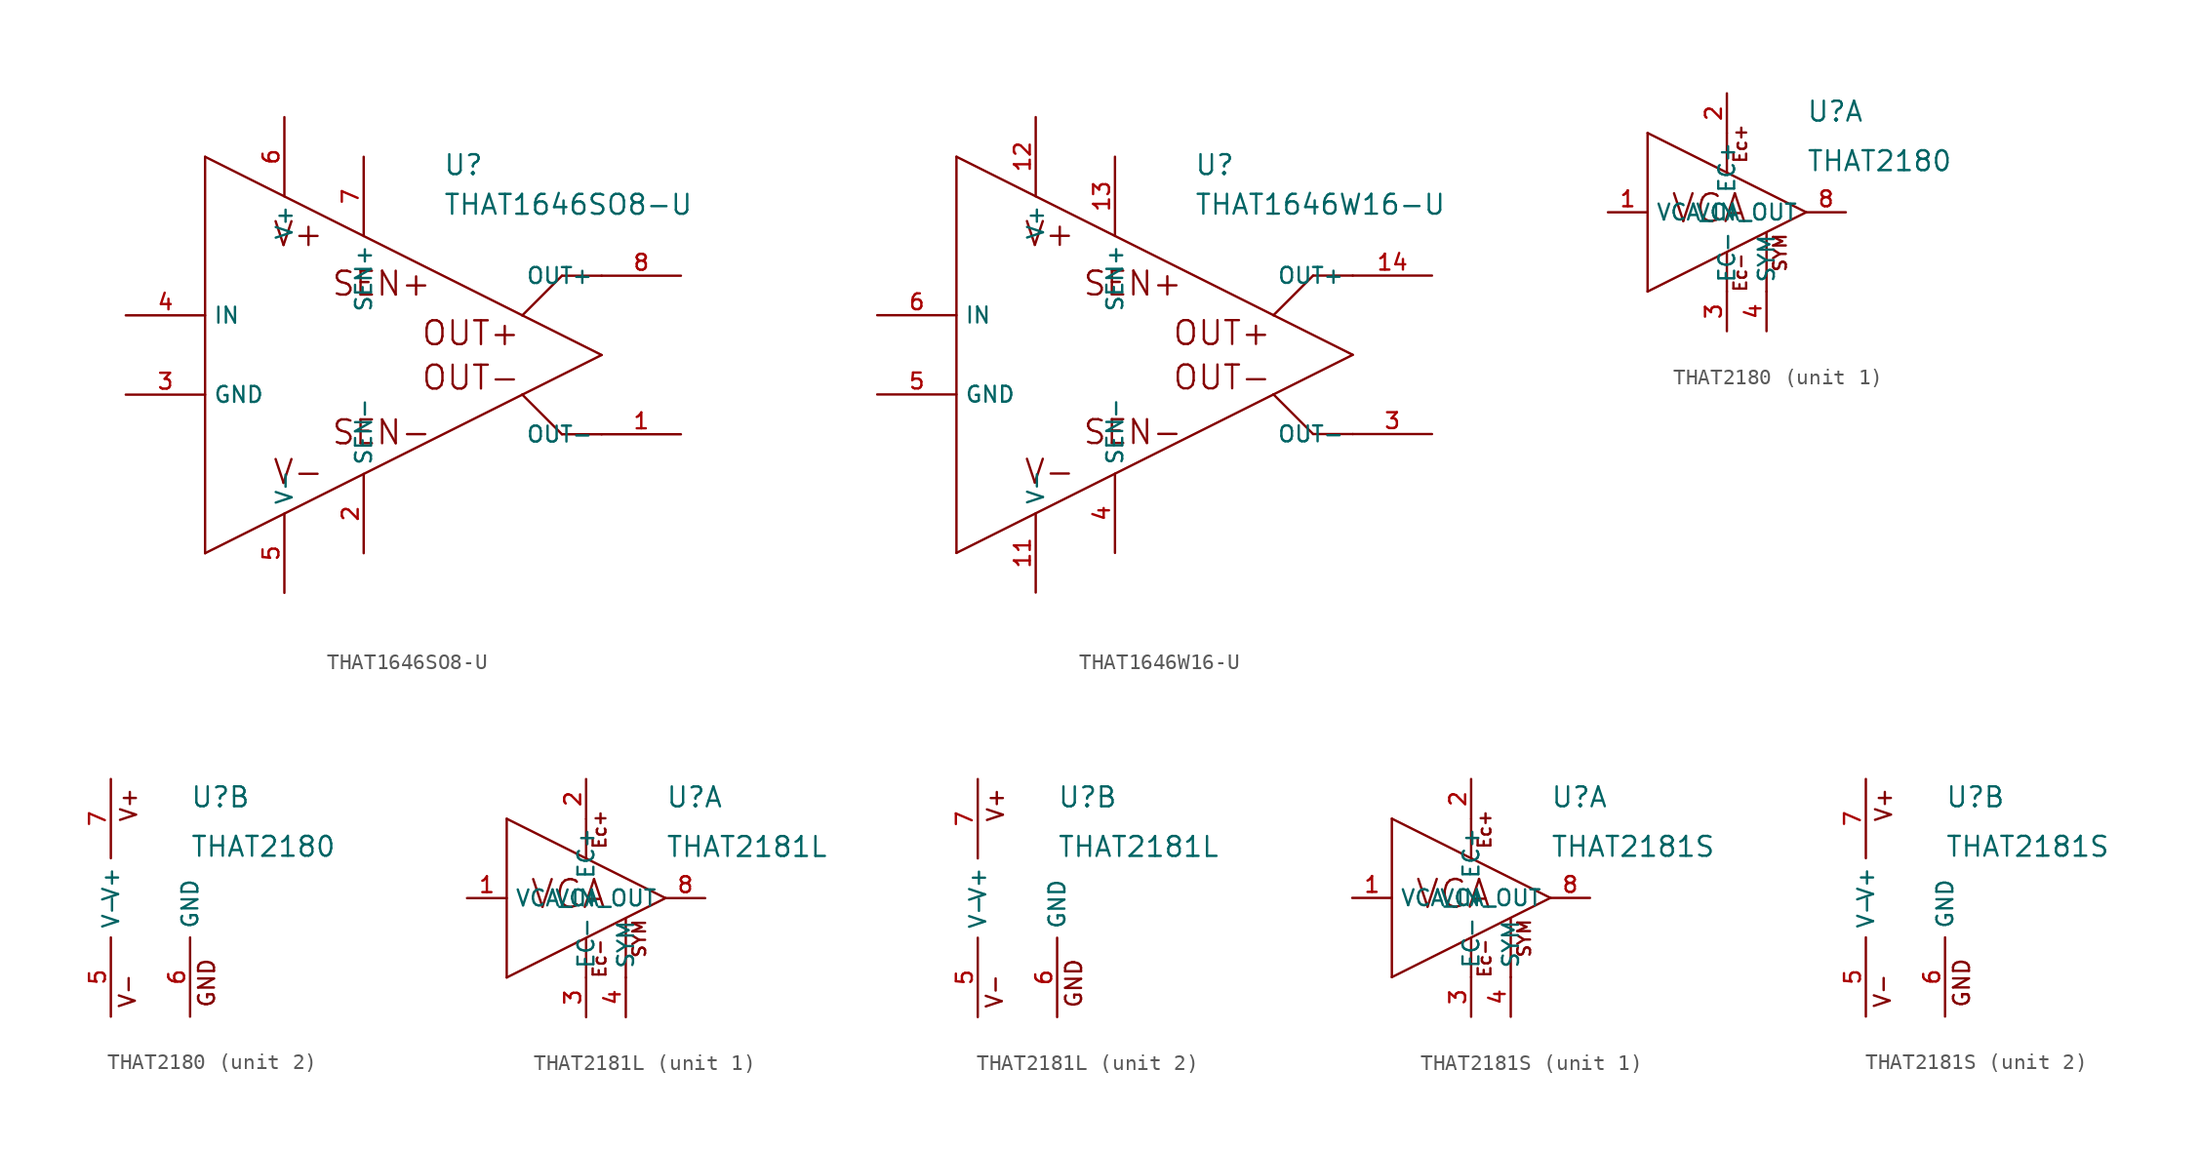
<source format=kicad_sym>
(kicad_symbol_lib
  (version 20200126)
  (host kicad_symbol_editor "5.99.0-unknown-1463dd1~101~ubuntu18.04.1")
  (symbol "that-corp-edit:THAT1646SO8-U"
    (property "Reference" "U"
      (at 5.08 11.43 0)
      (effects (font (size 1.27 1.27)) (justify left bottom)))
    (property "Value" "THAT1646SO8-U"
      (at 5.08 8.89 0)
      (effects (font (size 1.27 1.27)) (justify left bottom)))
    (property "ki_locked" ""
      (at 0 0 0)
      (effects (font (size 1.27 1.27))))
    (symbol "THAT1646SO8-U_1_0"
      (text "V+" (at -4.191 7.747 0) (effects (font (size 1.524 1.524))))
      (text "V-" (at -4.191 -7.493 0) (effects (font (size 1.524 1.524))))
      (text "SEN-" (at 1.143 -4.953 0) (effects (font (size 1.524 1.524))))
      (text "SEN+" (at 1.143 4.572 0) (effects (font (size 1.524 1.524))))
      (text "OUT+" (at 6.858 1.397 0) (effects (font (size 1.524 1.524))))
      (text "OUT-" (at 6.858 -1.448 0) (effects (font (size 1.524 1.524))))
      (polyline (pts (xy -10.16 12.7) (xy -10.16 -12.7)) (stroke (width 0)) (fill (type none)))
      (polyline (pts (xy -10.16 -12.7) (xy 10.16 -2.54)) (stroke (width 0)) (fill (type none)))
      (polyline (pts (xy 10.16 -2.54) (xy 15.24 0)) (stroke (width 0)) (fill (type none)))
      (polyline (pts (xy 15.24 0) (xy 10.16 2.54)) (stroke (width 0)) (fill (type none)))
      (polyline (pts (xy 10.16 2.54) (xy -10.16 12.7)) (stroke (width 0)) (fill (type none)))
      (polyline (pts (xy 15.24 5.08) (xy 12.7 5.08)) (stroke (width 0)) (fill (type none)))
      (polyline (pts (xy 12.7 5.08) (xy 10.16 2.54)) (stroke (width 0)) (fill (type none)))
      (polyline (pts (xy 15.24 -5.08) (xy 12.7 -5.08)) (stroke (width 0)) (fill (type none)))
      (polyline (pts (xy 12.7 -5.08) (xy 10.16 -2.54)) (stroke (width 0)) (fill (type none))))
    (symbol "THAT1646SO8-U_1_1"
      (pin input line (at -15.24 -2.54 0) (length 5.08) (name "GND" (effects (font (size 1.016 1.016)))) (number "3" (effects (font (size 1.016 1.016)))))
      (pin input line (at -15.24 2.54 0) (length 5.08) (name "IN" (effects (font (size 1.016 1.016)))) (number "4" (effects (font (size 1.016 1.016)))))
      (pin output line (at 20.32 5.08 180) (length 5.08) (name "OUT+" (effects (font (size 1.016 1.016)))) (number "8" (effects (font (size 1.016 1.016)))))
      (pin output line (at 20.32 -5.08 180) (length 5.08) (name "OUT-" (effects (font (size 1.016 1.016)))) (number "1" (effects (font (size 1.016 1.016)))))
      (pin output line (at 0 12.7 270) (length 5.08) (name "SEN+" (effects (font (size 1.016 1.016)))) (number "7" (effects (font (size 1.016 1.016)))))
      (pin passive line (at 0 -12.7 90) (length 5.08) (name "SEN-" (effects (font (size 1.016 1.016)))) (number "2" (effects (font (size 1.016 1.016)))))
      (pin power_in line (at -5.08 15.24 270) (length 5.08) (name "V+" (effects (font (size 1.016 1.016)))) (number "6" (effects (font (size 1.016 1.016)))))
      (pin power_in line (at -5.08 -15.24 90) (length 5.08) (name "V-" (effects (font (size 1.016 1.016)))) (number "5" (effects (font (size 1.016 1.016)))))))
  (symbol "that-corp-edit:THAT1646W16-U"
    (property "Reference" "U"
      (at 5.08 11.43 0)
      (effects (font (size 1.27 1.27)) (justify left bottom)))
    (property "Value" "THAT1646W16-U"
      (at 5.08 8.89 0)
      (effects (font (size 1.27 1.27)) (justify left bottom)))
    (property "ki_locked" ""
      (at 0 0 0)
      (effects (font (size 1.27 1.27))))
    (symbol "THAT1646W16-U_1_0"
      (text "V+" (at -4.191 7.747 0) (effects (font (size 1.524 1.524))))
      (text "V-" (at -4.191 -7.493 0) (effects (font (size 1.524 1.524))))
      (text "SEN-" (at 1.143 -4.953 0) (effects (font (size 1.524 1.524))))
      (text "SEN+" (at 1.143 4.572 0) (effects (font (size 1.524 1.524))))
      (text "OUT+" (at 6.858 1.397 0) (effects (font (size 1.524 1.524))))
      (text "OUT-" (at 6.858 -1.448 0) (effects (font (size 1.524 1.524))))
      (polyline (pts (xy -10.16 12.7) (xy -10.16 -12.7)) (stroke (width 0)) (fill (type none)))
      (polyline (pts (xy -10.16 -12.7) (xy 10.16 -2.54)) (stroke (width 0)) (fill (type none)))
      (polyline (pts (xy 10.16 -2.54) (xy 15.24 0)) (stroke (width 0)) (fill (type none)))
      (polyline (pts (xy 15.24 0) (xy 10.16 2.54)) (stroke (width 0)) (fill (type none)))
      (polyline (pts (xy 10.16 2.54) (xy -10.16 12.7)) (stroke (width 0)) (fill (type none)))
      (polyline (pts (xy 15.24 5.08) (xy 12.7 5.08)) (stroke (width 0)) (fill (type none)))
      (polyline (pts (xy 12.7 5.08) (xy 10.16 2.54)) (stroke (width 0)) (fill (type none)))
      (polyline (pts (xy 15.24 -5.08) (xy 12.7 -5.08)) (stroke (width 0)) (fill (type none)))
      (polyline (pts (xy 12.7 -5.08) (xy 10.16 -2.54)) (stroke (width 0)) (fill (type none))))
    (symbol "THAT1646W16-U_1_1"
      (pin input line (at -15.24 -2.54 0) (length 5.08) (name "GND" (effects (font (size 1.016 1.016)))) (number "5" (effects (font (size 1.016 1.016)))))
      (pin input line (at -15.24 2.54 0) (length 5.08) (name "IN" (effects (font (size 1.016 1.016)))) (number "6" (effects (font (size 1.016 1.016)))))
      (pin output line (at 20.32 5.08 180) (length 5.08) (name "OUT+" (effects (font (size 1.016 1.016)))) (number "14" (effects (font (size 1.016 1.016)))))
      (pin output line (at 20.32 -5.08 180) (length 5.08) (name "OUT-" (effects (font (size 1.016 1.016)))) (number "3" (effects (font (size 1.016 1.016)))))
      (pin output line (at 0 12.7 270) (length 5.08) (name "SEN+" (effects (font (size 1.016 1.016)))) (number "13" (effects (font (size 1.016 1.016)))))
      (pin passive line (at 0 -12.7 90) (length 5.08) (name "SEN-" (effects (font (size 1.016 1.016)))) (number "4" (effects (font (size 1.016 1.016)))))
      (pin power_in line (at -5.08 15.24 270) (length 5.08) (name "V+" (effects (font (size 1.016 1.016)))) (number "12" (effects (font (size 1.016 1.016)))))
      (pin power_in line (at -5.08 -15.24 90) (length 5.08) (name "V-" (effects (font (size 1.016 1.016)))) (number "11" (effects (font (size 1.016 1.016)))))))
  (symbol "that-corp-edit:THAT2180"
    (property "Reference" "U"
      (at 5.08 5.715 0)
      (effects (font (size 1.27 1.27)) (justify left bottom)))
    (property "Value" "THAT2180"
      (at 5.08 2.54 0)
      (effects (font (size 1.27 1.27)) (justify left bottom)))
    (property "ki_locked" ""
      (at 0 0 0)
      (effects (font (size 1.27 1.27))))
    (symbol "THAT2180_1_0"
      (text "Ec+" (at 0.864 4.394 1) (effects (font (size 0.813 0.813))))
      (text "Ec-" (at 0.864 -3.861 1) (effects (font (size 0.813 0.813))))
      (text "VCA" (at -1.143 0.254 0) (effects (font (size 1.778 1.778))))
      (text "SYM" (at 3.404 -2.591 1) (effects (font (size 0.813 0.813))))
      (polyline (pts (xy 0 5.055) (xy 0 2.616)) (stroke (width 0)) (fill (type none)))
      (polyline (pts (xy 0 -2.616) (xy 0 -5.08)) (stroke (width 0)) (fill (type none)))
      (polyline (pts (xy 5.08 0) (xy -5.08 5.08)) (stroke (width 0)) (fill (type none)))
      (polyline (pts (xy -5.08 5.08) (xy -5.08 -5.08)) (stroke (width 0)) (fill (type none)))
      (polyline (pts (xy -5.08 -5.08) (xy 5.08 0)) (stroke (width 0)) (fill (type none)))
      (polyline (pts (xy 2.54 -1.346) (xy 2.54 -5.08)) (stroke (width 0)) (fill (type none))))
    (symbol "THAT2180_2_0"
      (text "V+" (at 1.143 5.969 1) (effects (font (size 1.016 1.016))))
      (text "V-" (at 1.067 -5.969 1) (effects (font (size 1.016 1.016))))
      (text "GND" (at 6.147 -5.461 1) (effects (font (size 1.016 1.016)))))
    (symbol "THAT2180_1_1"
      (pin passive line (at 0 7.62 270) (length 2.54) (name "EC+" (effects (font (size 1.016 1.016)))) (number "2" (effects (font (size 1.016 1.016)))))
      (pin passive line (at 0 -7.62 90) (length 2.54) (name "EC-" (effects (font (size 1.016 1.016)))) (number "3" (effects (font (size 1.016 1.016)))))
      (pin passive line (at 2.54 -7.62 90) (length 2.54) (name "SYM" (effects (font (size 1.016 1.016)))) (number "4" (effects (font (size 1.016 1.016)))))
      (pin input line (at -7.62 0 0) (length 2.54) (name "VCA_IN" (effects (font (size 1.016 1.016)))) (number "1" (effects (font (size 1.016 1.016)))))
      (pin output line (at 7.62 0 180) (length 2.54) (name "VCA_OUT" (effects (font (size 1.016 1.016)))) (number "8" (effects (font (size 1.016 1.016))))))
    (symbol "THAT2180_2_1"
      (pin power_in line (at 5.08 -7.62 90) (length 5.08) (name "GND" (effects (font (size 1.016 1.016)))) (number "6" (effects (font (size 1.016 1.016)))))
      (pin power_in line (at 0 7.62 270) (length 5.08) (name "V+" (effects (font (size 1.016 1.016)))) (number "7" (effects (font (size 1.016 1.016)))))
      (pin power_in line (at 0 -7.62 90) (length 5.08) (name "V-" (effects (font (size 1.016 1.016)))) (number "5" (effects (font (size 1.016 1.016)))))))
  (symbol "that-corp-edit:THAT2181L"
    (property "Reference" "U"
      (at 5.08 5.715 0)
      (effects (font (size 1.27 1.27)) (justify left bottom)))
    (property "Value" "THAT2181L"
      (at 5.08 2.54 0)
      (effects (font (size 1.27 1.27)) (justify left bottom)))
    (property "ki_locked" ""
      (at 0 0 0)
      (effects (font (size 1.27 1.27))))
    (symbol "THAT2181L_1_0"
      (text "Ec+" (at 0.864 4.394 1) (effects (font (size 0.813 0.813))))
      (text "Ec-" (at 0.864 -3.861 1) (effects (font (size 0.813 0.813))))
      (text "VCA" (at -1.143 0.254 0) (effects (font (size 1.778 1.778))))
      (text "SYM" (at 3.404 -2.591 1) (effects (font (size 0.813 0.813))))
      (polyline (pts (xy 0 5.055) (xy 0 2.616)) (stroke (width 0)) (fill (type none)))
      (polyline (pts (xy 0 -2.616) (xy 0 -5.08)) (stroke (width 0)) (fill (type none)))
      (polyline (pts (xy 5.08 0) (xy -5.08 5.08)) (stroke (width 0)) (fill (type none)))
      (polyline (pts (xy -5.08 5.08) (xy -5.08 -5.08)) (stroke (width 0)) (fill (type none)))
      (polyline (pts (xy -5.08 -5.08) (xy 5.08 0)) (stroke (width 0)) (fill (type none)))
      (polyline (pts (xy 2.54 -1.346) (xy 2.54 -5.08)) (stroke (width 0)) (fill (type none))))
    (symbol "THAT2181L_2_0"
      (text "V+" (at 1.143 5.969 1) (effects (font (size 1.016 1.016))))
      (text "V-" (at 1.067 -5.969 1) (effects (font (size 1.016 1.016))))
      (text "GND" (at 6.147 -5.461 1) (effects (font (size 1.016 1.016)))))
    (symbol "THAT2181L_1_1"
      (pin passive line (at 0 7.62 270) (length 2.54) (name "EC+" (effects (font (size 1.016 1.016)))) (number "2" (effects (font (size 1.016 1.016)))))
      (pin passive line (at 0 -7.62 90) (length 2.54) (name "EC-" (effects (font (size 1.016 1.016)))) (number "3" (effects (font (size 1.016 1.016)))))
      (pin passive line (at 2.54 -7.62 90) (length 2.54) (name "SYM" (effects (font (size 1.016 1.016)))) (number "4" (effects (font (size 1.016 1.016)))))
      (pin input line (at -7.62 0 0) (length 2.54) (name "VCA_IN" (effects (font (size 1.016 1.016)))) (number "1" (effects (font (size 1.016 1.016)))))
      (pin output line (at 7.62 0 180) (length 2.54) (name "VCA_OUT" (effects (font (size 1.016 1.016)))) (number "8" (effects (font (size 1.016 1.016))))))
    (symbol "THAT2181L_2_1"
      (pin power_in line (at 5.08 -7.62 90) (length 5.08) (name "GND" (effects (font (size 1.016 1.016)))) (number "6" (effects (font (size 1.016 1.016)))))
      (pin power_in line (at 0 7.62 270) (length 5.08) (name "V+" (effects (font (size 1.016 1.016)))) (number "7" (effects (font (size 1.016 1.016)))))
      (pin power_in line (at 0 -7.62 90) (length 5.08) (name "V-" (effects (font (size 1.016 1.016)))) (number "5" (effects (font (size 1.016 1.016)))))))
  (symbol "that-corp-edit:THAT2181S"
    (property "Reference" "U"
      (at 5.08 5.715 0)
      (effects (font (size 1.27 1.27)) (justify left bottom)))
    (property "Value" "THAT2181S"
      (at 5.08 2.54 0)
      (effects (font (size 1.27 1.27)) (justify left bottom)))
    (property "ki_locked" ""
      (at 0 0 0)
      (effects (font (size 1.27 1.27))))
    (symbol "THAT2181S_1_0"
      (text "Ec+" (at 0.864 4.394 1) (effects (font (size 0.813 0.813))))
      (text "Ec-" (at 0.864 -3.861 1) (effects (font (size 0.813 0.813))))
      (text "VCA" (at -1.143 0.254 0) (effects (font (size 1.778 1.778))))
      (text "SYM" (at 3.404 -2.591 1) (effects (font (size 0.813 0.813))))
      (polyline (pts (xy 0 5.055) (xy 0 2.616)) (stroke (width 0)) (fill (type none)))
      (polyline (pts (xy 0 -2.616) (xy 0 -5.08)) (stroke (width 0)) (fill (type none)))
      (polyline (pts (xy 5.08 0) (xy -5.08 5.08)) (stroke (width 0)) (fill (type none)))
      (polyline (pts (xy -5.08 5.08) (xy -5.08 -5.08)) (stroke (width 0)) (fill (type none)))
      (polyline (pts (xy -5.08 -5.08) (xy 5.08 0)) (stroke (width 0)) (fill (type none)))
      (polyline (pts (xy 2.54 -1.346) (xy 2.54 -5.08)) (stroke (width 0)) (fill (type none))))
    (symbol "THAT2181S_2_0"
      (text "V+" (at 1.143 5.969 1) (effects (font (size 1.016 1.016))))
      (text "V-" (at 1.067 -5.969 1) (effects (font (size 1.016 1.016))))
      (text "GND" (at 6.147 -5.461 1) (effects (font (size 1.016 1.016)))))
    (symbol "THAT2181S_1_1"
      (pin passive line (at 0 7.62 270) (length 2.54) (name "EC+" (effects (font (size 1.016 1.016)))) (number "2" (effects (font (size 1.016 1.016)))))
      (pin passive line (at 0 -7.62 90) (length 2.54) (name "EC-" (effects (font (size 1.016 1.016)))) (number "3" (effects (font (size 1.016 1.016)))))
      (pin passive line (at 2.54 -7.62 90) (length 2.54) (name "SYM" (effects (font (size 1.016 1.016)))) (number "4" (effects (font (size 1.016 1.016)))))
      (pin input line (at -7.62 0 0) (length 2.54) (name "VCA_IN" (effects (font (size 1.016 1.016)))) (number "1" (effects (font (size 1.016 1.016)))))
      (pin output line (at 7.62 0 180) (length 2.54) (name "VCA_OUT" (effects (font (size 1.016 1.016)))) (number "8" (effects (font (size 1.016 1.016))))))
    (symbol "THAT2181S_2_1"
      (pin power_in line (at 5.08 -7.62 90) (length 5.08) (name "GND" (effects (font (size 1.016 1.016)))) (number "6" (effects (font (size 1.016 1.016)))))
      (pin power_in line (at 0 7.62 270) (length 5.08) (name "V+" (effects (font (size 1.016 1.016)))) (number "7" (effects (font (size 1.016 1.016)))))
      (pin power_in line (at 0 -7.62 90) (length 5.08) (name "V-" (effects (font (size 1.016 1.016)))) (number "5" (effects (font (size 1.016 1.016))))))))
</source>
